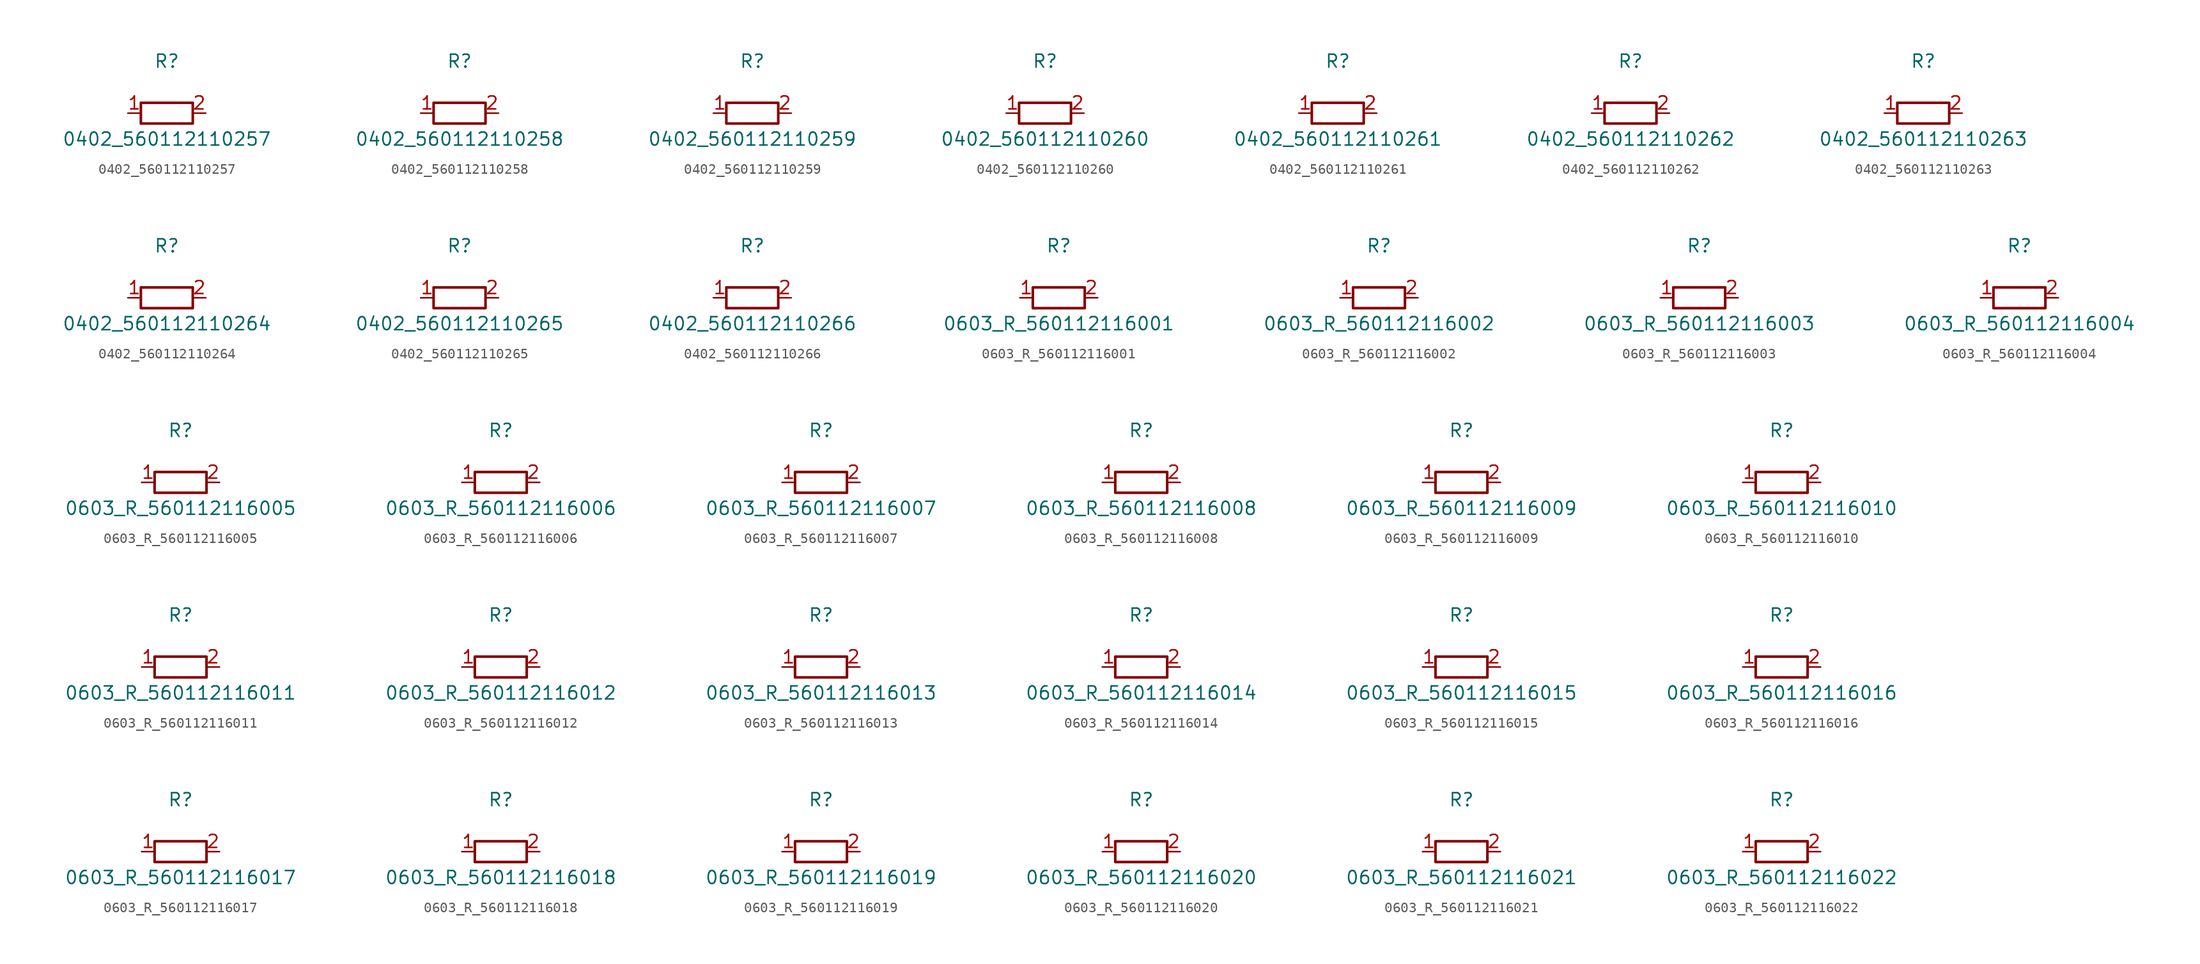
<source format=kicad_sym>
(kicad_symbol_lib
  (version 20220914)
  (generator kicad_symbol_editor)
  (symbol "0402_560112110257"
    (pin_names hide)
    (property "Reference" "R"
      (at 0 5.08 0)
      (effects (font (size 1.27 1.27))))
    (property "Value" "0402_560112110257"
      (at 0 -2.54 0)
      (effects (font (size 1.27 1.27))))
    (symbol "0402_560112110257_0_1"
      (rectangle (start -2.54 -1.016) (end 2.54 1.016) (stroke (width 0.254) (type default)) (fill (type none))))
    (symbol "0402_560112110257_1_1"
      (pin passive line (at -3.81 0 0) (length 1.27) (name "~" (effects (font (size 1.27 1.27)))) (number "1" (effects (font (size 1.27 1.27)))))
      (pin passive line (at 3.81 0 180) (length 1.27) (name "~" (effects (font (size 1.27 1.27)))) (number "2" (effects (font (size 1.27 1.27)))))))
  (symbol "0402_560112110258"
    (pin_names hide)
    (property "Reference" "R"
      (at 0 5.08 0)
      (effects (font (size 1.27 1.27))))
    (property "Value" "0402_560112110258"
      (at 0 -2.54 0)
      (effects (font (size 1.27 1.27))))
    (symbol "0402_560112110258_0_1"
      (rectangle (start -2.54 -1.016) (end 2.54 1.016) (stroke (width 0.254) (type default)) (fill (type none))))
    (symbol "0402_560112110258_1_1"
      (pin passive line (at -3.81 0 0) (length 1.27) (name "~" (effects (font (size 1.27 1.27)))) (number "1" (effects (font (size 1.27 1.27)))))
      (pin passive line (at 3.81 0 180) (length 1.27) (name "~" (effects (font (size 1.27 1.27)))) (number "2" (effects (font (size 1.27 1.27)))))))
  (symbol "0402_560112110259"
    (pin_names hide)
    (property "Reference" "R"
      (at 0 5.08 0)
      (effects (font (size 1.27 1.27))))
    (property "Value" "0402_560112110259"
      (at 0 -2.54 0)
      (effects (font (size 1.27 1.27))))
    (symbol "0402_560112110259_0_1"
      (rectangle (start -2.54 -1.016) (end 2.54 1.016) (stroke (width 0.254) (type default)) (fill (type none))))
    (symbol "0402_560112110259_1_1"
      (pin passive line (at -3.81 0 0) (length 1.27) (name "~" (effects (font (size 1.27 1.27)))) (number "1" (effects (font (size 1.27 1.27)))))
      (pin passive line (at 3.81 0 180) (length 1.27) (name "~" (effects (font (size 1.27 1.27)))) (number "2" (effects (font (size 1.27 1.27)))))))
  (symbol "0402_560112110260"
    (pin_names hide)
    (property "Reference" "R"
      (at 0 5.08 0)
      (effects (font (size 1.27 1.27))))
    (property "Value" "0402_560112110260"
      (at 0 -2.54 0)
      (effects (font (size 1.27 1.27))))
    (symbol "0402_560112110260_0_1"
      (rectangle (start -2.54 -1.016) (end 2.54 1.016) (stroke (width 0.254) (type default)) (fill (type none))))
    (symbol "0402_560112110260_1_1"
      (pin passive line (at -3.81 0 0) (length 1.27) (name "~" (effects (font (size 1.27 1.27)))) (number "1" (effects (font (size 1.27 1.27)))))
      (pin passive line (at 3.81 0 180) (length 1.27) (name "~" (effects (font (size 1.27 1.27)))) (number "2" (effects (font (size 1.27 1.27)))))))
  (symbol "0402_560112110261"
    (pin_names hide)
    (property "Reference" "R"
      (at 0 5.08 0)
      (effects (font (size 1.27 1.27))))
    (property "Value" "0402_560112110261"
      (at 0 -2.54 0)
      (effects (font (size 1.27 1.27))))
    (symbol "0402_560112110261_0_1"
      (rectangle (start -2.54 -1.016) (end 2.54 1.016) (stroke (width 0.254) (type default)) (fill (type none))))
    (symbol "0402_560112110261_1_1"
      (pin passive line (at -3.81 0 0) (length 1.27) (name "~" (effects (font (size 1.27 1.27)))) (number "1" (effects (font (size 1.27 1.27)))))
      (pin passive line (at 3.81 0 180) (length 1.27) (name "~" (effects (font (size 1.27 1.27)))) (number "2" (effects (font (size 1.27 1.27)))))))
  (symbol "0402_560112110262"
    (pin_names hide)
    (property "Reference" "R"
      (at 0 5.08 0)
      (effects (font (size 1.27 1.27))))
    (property "Value" "0402_560112110262"
      (at 0 -2.54 0)
      (effects (font (size 1.27 1.27))))
    (symbol "0402_560112110262_0_1"
      (rectangle (start -2.54 -1.016) (end 2.54 1.016) (stroke (width 0.254) (type default)) (fill (type none))))
    (symbol "0402_560112110262_1_1"
      (pin passive line (at -3.81 0 0) (length 1.27) (name "~" (effects (font (size 1.27 1.27)))) (number "1" (effects (font (size 1.27 1.27)))))
      (pin passive line (at 3.81 0 180) (length 1.27) (name "~" (effects (font (size 1.27 1.27)))) (number "2" (effects (font (size 1.27 1.27)))))))
  (symbol "0402_560112110263"
    (pin_names hide)
    (property "Reference" "R"
      (at 0 5.08 0)
      (effects (font (size 1.27 1.27))))
    (property "Value" "0402_560112110263"
      (at 0 -2.54 0)
      (effects (font (size 1.27 1.27))))
    (symbol "0402_560112110263_0_1"
      (rectangle (start -2.54 -1.016) (end 2.54 1.016) (stroke (width 0.254) (type default)) (fill (type none))))
    (symbol "0402_560112110263_1_1"
      (pin passive line (at -3.81 0 0) (length 1.27) (name "~" (effects (font (size 1.27 1.27)))) (number "1" (effects (font (size 1.27 1.27)))))
      (pin passive line (at 3.81 0 180) (length 1.27) (name "~" (effects (font (size 1.27 1.27)))) (number "2" (effects (font (size 1.27 1.27)))))))
  (symbol "0402_560112110264"
    (pin_names hide)
    (property "Reference" "R"
      (at 0 5.08 0)
      (effects (font (size 1.27 1.27))))
    (property "Value" "0402_560112110264"
      (at 0 -2.54 0)
      (effects (font (size 1.27 1.27))))
    (symbol "0402_560112110264_0_1"
      (rectangle (start -2.54 -1.016) (end 2.54 1.016) (stroke (width 0.254) (type default)) (fill (type none))))
    (symbol "0402_560112110264_1_1"
      (pin passive line (at -3.81 0 0) (length 1.27) (name "~" (effects (font (size 1.27 1.27)))) (number "1" (effects (font (size 1.27 1.27)))))
      (pin passive line (at 3.81 0 180) (length 1.27) (name "~" (effects (font (size 1.27 1.27)))) (number "2" (effects (font (size 1.27 1.27)))))))
  (symbol "0402_560112110265"
    (pin_names hide)
    (property "Reference" "R"
      (at 0 5.08 0)
      (effects (font (size 1.27 1.27))))
    (property "Value" "0402_560112110265"
      (at 0 -2.54 0)
      (effects (font (size 1.27 1.27))))
    (symbol "0402_560112110265_0_1"
      (rectangle (start -2.54 -1.016) (end 2.54 1.016) (stroke (width 0.254) (type default)) (fill (type none))))
    (symbol "0402_560112110265_1_1"
      (pin passive line (at -3.81 0 0) (length 1.27) (name "~" (effects (font (size 1.27 1.27)))) (number "1" (effects (font (size 1.27 1.27)))))
      (pin passive line (at 3.81 0 180) (length 1.27) (name "~" (effects (font (size 1.27 1.27)))) (number "2" (effects (font (size 1.27 1.27)))))))
  (symbol "0402_560112110266"
    (pin_names hide)
    (property "Reference" "R"
      (at 0 5.08 0)
      (effects (font (size 1.27 1.27))))
    (property "Value" "0402_560112110266"
      (at 0 -2.54 0)
      (effects (font (size 1.27 1.27))))
    (symbol "0402_560112110266_0_1"
      (rectangle (start -2.54 -1.016) (end 2.54 1.016) (stroke (width 0.254) (type default)) (fill (type none))))
    (symbol "0402_560112110266_1_1"
      (pin passive line (at -3.81 0 0) (length 1.27) (name "~" (effects (font (size 1.27 1.27)))) (number "1" (effects (font (size 1.27 1.27)))))
      (pin passive line (at 3.81 0 180) (length 1.27) (name "~" (effects (font (size 1.27 1.27)))) (number "2" (effects (font (size 1.27 1.27)))))))
  (symbol "0603_R_560112116001"
    (pin_names hide)
    (property "Reference" "R"
      (at 0 5.08 0)
      (effects (font (size 1.27 1.27))))
    (property "Value" "0603_R_560112116001"
      (at 0 -2.54 0)
      (effects (font (size 1.27 1.27))))
    (symbol "0603_R_560112116001_0_1"
      (rectangle (start -2.54 -1.016) (end 2.54 1.016) (stroke (width 0.254) (type default)) (fill (type none))))
    (symbol "0603_R_560112116001_1_1"
      (pin passive line (at -3.81 0 0) (length 1.27) (name "~" (effects (font (size 1.27 1.27)))) (number "1" (effects (font (size 1.27 1.27)))))
      (pin passive line (at 3.81 0 180) (length 1.27) (name "~" (effects (font (size 1.27 1.27)))) (number "2" (effects (font (size 1.27 1.27)))))))
  (symbol "0603_R_560112116002"
    (pin_names hide)
    (property "Reference" "R"
      (at 0 5.08 0)
      (effects (font (size 1.27 1.27))))
    (property "Value" "0603_R_560112116002"
      (at 0 -2.54 0)
      (effects (font (size 1.27 1.27))))
    (symbol "0603_R_560112116002_0_1"
      (rectangle (start -2.54 -1.016) (end 2.54 1.016) (stroke (width 0.254) (type default)) (fill (type none))))
    (symbol "0603_R_560112116002_1_1"
      (pin passive line (at -3.81 0 0) (length 1.27) (name "~" (effects (font (size 1.27 1.27)))) (number "1" (effects (font (size 1.27 1.27)))))
      (pin passive line (at 3.81 0 180) (length 1.27) (name "~" (effects (font (size 1.27 1.27)))) (number "2" (effects (font (size 1.27 1.27)))))))
  (symbol "0603_R_560112116003"
    (pin_names hide)
    (property "Reference" "R"
      (at 0 5.08 0)
      (effects (font (size 1.27 1.27))))
    (property "Value" "0603_R_560112116003"
      (at 0 -2.54 0)
      (effects (font (size 1.27 1.27))))
    (symbol "0603_R_560112116003_0_1"
      (rectangle (start -2.54 -1.016) (end 2.54 1.016) (stroke (width 0.254) (type default)) (fill (type none))))
    (symbol "0603_R_560112116003_1_1"
      (pin passive line (at -3.81 0 0) (length 1.27) (name "~" (effects (font (size 1.27 1.27)))) (number "1" (effects (font (size 1.27 1.27)))))
      (pin passive line (at 3.81 0 180) (length 1.27) (name "~" (effects (font (size 1.27 1.27)))) (number "2" (effects (font (size 1.27 1.27)))))))
  (symbol "0603_R_560112116004"
    (pin_names hide)
    (property "Reference" "R"
      (at 0 5.08 0)
      (effects (font (size 1.27 1.27))))
    (property "Value" "0603_R_560112116004"
      (at 0 -2.54 0)
      (effects (font (size 1.27 1.27))))
    (symbol "0603_R_560112116004_0_1"
      (rectangle (start -2.54 -1.016) (end 2.54 1.016) (stroke (width 0.254) (type default)) (fill (type none))))
    (symbol "0603_R_560112116004_1_1"
      (pin passive line (at -3.81 0 0) (length 1.27) (name "~" (effects (font (size 1.27 1.27)))) (number "1" (effects (font (size 1.27 1.27)))))
      (pin passive line (at 3.81 0 180) (length 1.27) (name "~" (effects (font (size 1.27 1.27)))) (number "2" (effects (font (size 1.27 1.27)))))))
  (symbol "0603_R_560112116005"
    (pin_names hide)
    (property "Reference" "R"
      (at 0 5.08 0)
      (effects (font (size 1.27 1.27))))
    (property "Value" "0603_R_560112116005"
      (at 0 -2.54 0)
      (effects (font (size 1.27 1.27))))
    (symbol "0603_R_560112116005_0_1"
      (rectangle (start -2.54 -1.016) (end 2.54 1.016) (stroke (width 0.254) (type default)) (fill (type none))))
    (symbol "0603_R_560112116005_1_1"
      (pin passive line (at -3.81 0 0) (length 1.27) (name "~" (effects (font (size 1.27 1.27)))) (number "1" (effects (font (size 1.27 1.27)))))
      (pin passive line (at 3.81 0 180) (length 1.27) (name "~" (effects (font (size 1.27 1.27)))) (number "2" (effects (font (size 1.27 1.27)))))))
  (symbol "0603_R_560112116006"
    (pin_names hide)
    (property "Reference" "R"
      (at 0 5.08 0)
      (effects (font (size 1.27 1.27))))
    (property "Value" "0603_R_560112116006"
      (at 0 -2.54 0)
      (effects (font (size 1.27 1.27))))
    (symbol "0603_R_560112116006_0_1"
      (rectangle (start -2.54 -1.016) (end 2.54 1.016) (stroke (width 0.254) (type default)) (fill (type none))))
    (symbol "0603_R_560112116006_1_1"
      (pin passive line (at -3.81 0 0) (length 1.27) (name "~" (effects (font (size 1.27 1.27)))) (number "1" (effects (font (size 1.27 1.27)))))
      (pin passive line (at 3.81 0 180) (length 1.27) (name "~" (effects (font (size 1.27 1.27)))) (number "2" (effects (font (size 1.27 1.27)))))))
  (symbol "0603_R_560112116007"
    (pin_names hide)
    (property "Reference" "R"
      (at 0 5.08 0)
      (effects (font (size 1.27 1.27))))
    (property "Value" "0603_R_560112116007"
      (at 0 -2.54 0)
      (effects (font (size 1.27 1.27))))
    (symbol "0603_R_560112116007_0_1"
      (rectangle (start -2.54 -1.016) (end 2.54 1.016) (stroke (width 0.254) (type default)) (fill (type none))))
    (symbol "0603_R_560112116007_1_1"
      (pin passive line (at -3.81 0 0) (length 1.27) (name "~" (effects (font (size 1.27 1.27)))) (number "1" (effects (font (size 1.27 1.27)))))
      (pin passive line (at 3.81 0 180) (length 1.27) (name "~" (effects (font (size 1.27 1.27)))) (number "2" (effects (font (size 1.27 1.27)))))))
  (symbol "0603_R_560112116008"
    (pin_names hide)
    (property "Reference" "R"
      (at 0 5.08 0)
      (effects (font (size 1.27 1.27))))
    (property "Value" "0603_R_560112116008"
      (at 0 -2.54 0)
      (effects (font (size 1.27 1.27))))
    (symbol "0603_R_560112116008_0_1"
      (rectangle (start -2.54 -1.016) (end 2.54 1.016) (stroke (width 0.254) (type default)) (fill (type none))))
    (symbol "0603_R_560112116008_1_1"
      (pin passive line (at -3.81 0 0) (length 1.27) (name "~" (effects (font (size 1.27 1.27)))) (number "1" (effects (font (size 1.27 1.27)))))
      (pin passive line (at 3.81 0 180) (length 1.27) (name "~" (effects (font (size 1.27 1.27)))) (number "2" (effects (font (size 1.27 1.27)))))))
  (symbol "0603_R_560112116009"
    (pin_names hide)
    (property "Reference" "R"
      (at 0 5.08 0)
      (effects (font (size 1.27 1.27))))
    (property "Value" "0603_R_560112116009"
      (at 0 -2.54 0)
      (effects (font (size 1.27 1.27))))
    (symbol "0603_R_560112116009_0_1"
      (rectangle (start -2.54 -1.016) (end 2.54 1.016) (stroke (width 0.254) (type default)) (fill (type none))))
    (symbol "0603_R_560112116009_1_1"
      (pin passive line (at -3.81 0 0) (length 1.27) (name "~" (effects (font (size 1.27 1.27)))) (number "1" (effects (font (size 1.27 1.27)))))
      (pin passive line (at 3.81 0 180) (length 1.27) (name "~" (effects (font (size 1.27 1.27)))) (number "2" (effects (font (size 1.27 1.27)))))))
  (symbol "0603_R_560112116010"
    (pin_names hide)
    (property "Reference" "R"
      (at 0 5.08 0)
      (effects (font (size 1.27 1.27))))
    (property "Value" "0603_R_560112116010"
      (at 0 -2.54 0)
      (effects (font (size 1.27 1.27))))
    (symbol "0603_R_560112116010_0_1"
      (rectangle (start -2.54 -1.016) (end 2.54 1.016) (stroke (width 0.254) (type default)) (fill (type none))))
    (symbol "0603_R_560112116010_1_1"
      (pin passive line (at -3.81 0 0) (length 1.27) (name "~" (effects (font (size 1.27 1.27)))) (number "1" (effects (font (size 1.27 1.27)))))
      (pin passive line (at 3.81 0 180) (length 1.27) (name "~" (effects (font (size 1.27 1.27)))) (number "2" (effects (font (size 1.27 1.27)))))))
  (symbol "0603_R_560112116011"
    (pin_names hide)
    (property "Reference" "R"
      (at 0 5.08 0)
      (effects (font (size 1.27 1.27))))
    (property "Value" "0603_R_560112116011"
      (at 0 -2.54 0)
      (effects (font (size 1.27 1.27))))
    (symbol "0603_R_560112116011_0_1"
      (rectangle (start -2.54 -1.016) (end 2.54 1.016) (stroke (width 0.254) (type default)) (fill (type none))))
    (symbol "0603_R_560112116011_1_1"
      (pin passive line (at -3.81 0 0) (length 1.27) (name "~" (effects (font (size 1.27 1.27)))) (number "1" (effects (font (size 1.27 1.27)))))
      (pin passive line (at 3.81 0 180) (length 1.27) (name "~" (effects (font (size 1.27 1.27)))) (number "2" (effects (font (size 1.27 1.27)))))))
  (symbol "0603_R_560112116012"
    (pin_names hide)
    (property "Reference" "R"
      (at 0 5.08 0)
      (effects (font (size 1.27 1.27))))
    (property "Value" "0603_R_560112116012"
      (at 0 -2.54 0)
      (effects (font (size 1.27 1.27))))
    (symbol "0603_R_560112116012_0_1"
      (rectangle (start -2.54 -1.016) (end 2.54 1.016) (stroke (width 0.254) (type default)) (fill (type none))))
    (symbol "0603_R_560112116012_1_1"
      (pin passive line (at -3.81 0 0) (length 1.27) (name "~" (effects (font (size 1.27 1.27)))) (number "1" (effects (font (size 1.27 1.27)))))
      (pin passive line (at 3.81 0 180) (length 1.27) (name "~" (effects (font (size 1.27 1.27)))) (number "2" (effects (font (size 1.27 1.27)))))))
  (symbol "0603_R_560112116013"
    (pin_names hide)
    (property "Reference" "R"
      (at 0 5.08 0)
      (effects (font (size 1.27 1.27))))
    (property "Value" "0603_R_560112116013"
      (at 0 -2.54 0)
      (effects (font (size 1.27 1.27))))
    (symbol "0603_R_560112116013_0_1"
      (rectangle (start -2.54 -1.016) (end 2.54 1.016) (stroke (width 0.254) (type default)) (fill (type none))))
    (symbol "0603_R_560112116013_1_1"
      (pin passive line (at -3.81 0 0) (length 1.27) (name "~" (effects (font (size 1.27 1.27)))) (number "1" (effects (font (size 1.27 1.27)))))
      (pin passive line (at 3.81 0 180) (length 1.27) (name "~" (effects (font (size 1.27 1.27)))) (number "2" (effects (font (size 1.27 1.27)))))))
  (symbol "0603_R_560112116014"
    (pin_names hide)
    (property "Reference" "R"
      (at 0 5.08 0)
      (effects (font (size 1.27 1.27))))
    (property "Value" "0603_R_560112116014"
      (at 0 -2.54 0)
      (effects (font (size 1.27 1.27))))
    (symbol "0603_R_560112116014_0_1"
      (rectangle (start -2.54 -1.016) (end 2.54 1.016) (stroke (width 0.254) (type default)) (fill (type none))))
    (symbol "0603_R_560112116014_1_1"
      (pin passive line (at -3.81 0 0) (length 1.27) (name "~" (effects (font (size 1.27 1.27)))) (number "1" (effects (font (size 1.27 1.27)))))
      (pin passive line (at 3.81 0 180) (length 1.27) (name "~" (effects (font (size 1.27 1.27)))) (number "2" (effects (font (size 1.27 1.27)))))))
  (symbol "0603_R_560112116015"
    (pin_names hide)
    (property "Reference" "R"
      (at 0 5.08 0)
      (effects (font (size 1.27 1.27))))
    (property "Value" "0603_R_560112116015"
      (at 0 -2.54 0)
      (effects (font (size 1.27 1.27))))
    (symbol "0603_R_560112116015_0_1"
      (rectangle (start -2.54 -1.016) (end 2.54 1.016) (stroke (width 0.254) (type default)) (fill (type none))))
    (symbol "0603_R_560112116015_1_1"
      (pin passive line (at -3.81 0 0) (length 1.27) (name "~" (effects (font (size 1.27 1.27)))) (number "1" (effects (font (size 1.27 1.27)))))
      (pin passive line (at 3.81 0 180) (length 1.27) (name "~" (effects (font (size 1.27 1.27)))) (number "2" (effects (font (size 1.27 1.27)))))))
  (symbol "0603_R_560112116016"
    (pin_names hide)
    (property "Reference" "R"
      (at 0 5.08 0)
      (effects (font (size 1.27 1.27))))
    (property "Value" "0603_R_560112116016"
      (at 0 -2.54 0)
      (effects (font (size 1.27 1.27))))
    (symbol "0603_R_560112116016_0_1"
      (rectangle (start -2.54 -1.016) (end 2.54 1.016) (stroke (width 0.254) (type default)) (fill (type none))))
    (symbol "0603_R_560112116016_1_1"
      (pin passive line (at -3.81 0 0) (length 1.27) (name "~" (effects (font (size 1.27 1.27)))) (number "1" (effects (font (size 1.27 1.27)))))
      (pin passive line (at 3.81 0 180) (length 1.27) (name "~" (effects (font (size 1.27 1.27)))) (number "2" (effects (font (size 1.27 1.27)))))))
  (symbol "0603_R_560112116017"
    (pin_names hide)
    (property "Reference" "R"
      (at 0 5.08 0)
      (effects (font (size 1.27 1.27))))
    (property "Value" "0603_R_560112116017"
      (at 0 -2.54 0)
      (effects (font (size 1.27 1.27))))
    (symbol "0603_R_560112116017_0_1"
      (rectangle (start -2.54 -1.016) (end 2.54 1.016) (stroke (width 0.254) (type default)) (fill (type none))))
    (symbol "0603_R_560112116017_1_1"
      (pin passive line (at -3.81 0 0) (length 1.27) (name "~" (effects (font (size 1.27 1.27)))) (number "1" (effects (font (size 1.27 1.27)))))
      (pin passive line (at 3.81 0 180) (length 1.27) (name "~" (effects (font (size 1.27 1.27)))) (number "2" (effects (font (size 1.27 1.27)))))))
  (symbol "0603_R_560112116018"
    (pin_names hide)
    (property "Reference" "R"
      (at 0 5.08 0)
      (effects (font (size 1.27 1.27))))
    (property "Value" "0603_R_560112116018"
      (at 0 -2.54 0)
      (effects (font (size 1.27 1.27))))
    (symbol "0603_R_560112116018_0_1"
      (rectangle (start -2.54 -1.016) (end 2.54 1.016) (stroke (width 0.254) (type default)) (fill (type none))))
    (symbol "0603_R_560112116018_1_1"
      (pin passive line (at -3.81 0 0) (length 1.27) (name "~" (effects (font (size 1.27 1.27)))) (number "1" (effects (font (size 1.27 1.27)))))
      (pin passive line (at 3.81 0 180) (length 1.27) (name "~" (effects (font (size 1.27 1.27)))) (number "2" (effects (font (size 1.27 1.27)))))))
  (symbol "0603_R_560112116019"
    (pin_names hide)
    (property "Reference" "R"
      (at 0 5.08 0)
      (effects (font (size 1.27 1.27))))
    (property "Value" "0603_R_560112116019"
      (at 0 -2.54 0)
      (effects (font (size 1.27 1.27))))
    (symbol "0603_R_560112116019_0_1"
      (rectangle (start -2.54 -1.016) (end 2.54 1.016) (stroke (width 0.254) (type default)) (fill (type none))))
    (symbol "0603_R_560112116019_1_1"
      (pin passive line (at -3.81 0 0) (length 1.27) (name "~" (effects (font (size 1.27 1.27)))) (number "1" (effects (font (size 1.27 1.27)))))
      (pin passive line (at 3.81 0 180) (length 1.27) (name "~" (effects (font (size 1.27 1.27)))) (number "2" (effects (font (size 1.27 1.27)))))))
  (symbol "0603_R_560112116020"
    (pin_names hide)
    (property "Reference" "R"
      (at 0 5.08 0)
      (effects (font (size 1.27 1.27))))
    (property "Value" "0603_R_560112116020"
      (at 0 -2.54 0)
      (effects (font (size 1.27 1.27))))
    (symbol "0603_R_560112116020_0_1"
      (rectangle (start -2.54 -1.016) (end 2.54 1.016) (stroke (width 0.254) (type default)) (fill (type none))))
    (symbol "0603_R_560112116020_1_1"
      (pin passive line (at -3.81 0 0) (length 1.27) (name "~" (effects (font (size 1.27 1.27)))) (number "1" (effects (font (size 1.27 1.27)))))
      (pin passive line (at 3.81 0 180) (length 1.27) (name "~" (effects (font (size 1.27 1.27)))) (number "2" (effects (font (size 1.27 1.27)))))))
  (symbol "0603_R_560112116021"
    (pin_names hide)
    (property "Reference" "R"
      (at 0 5.08 0)
      (effects (font (size 1.27 1.27))))
    (property "Value" "0603_R_560112116021"
      (at 0 -2.54 0)
      (effects (font (size 1.27 1.27))))
    (symbol "0603_R_560112116021_0_1"
      (rectangle (start -2.54 -1.016) (end 2.54 1.016) (stroke (width 0.254) (type default)) (fill (type none))))
    (symbol "0603_R_560112116021_1_1"
      (pin passive line (at -3.81 0 0) (length 1.27) (name "~" (effects (font (size 1.27 1.27)))) (number "1" (effects (font (size 1.27 1.27)))))
      (pin passive line (at 3.81 0 180) (length 1.27) (name "~" (effects (font (size 1.27 1.27)))) (number "2" (effects (font (size 1.27 1.27)))))))
  (symbol "0603_R_560112116022"
    (pin_names hide)
    (property "Reference" "R"
      (at 0 5.08 0)
      (effects (font (size 1.27 1.27))))
    (property "Value" "0603_R_560112116022"
      (at 0 -2.54 0)
      (effects (font (size 1.27 1.27))))
    (symbol "0603_R_560112116022_0_1"
      (rectangle (start -2.54 -1.016) (end 2.54 1.016) (stroke (width 0.254) (type default)) (fill (type none))))
    (symbol "0603_R_560112116022_1_1"
      (pin passive line (at -3.81 0 0) (length 1.27) (name "~" (effects (font (size 1.27 1.27)))) (number "1" (effects (font (size 1.27 1.27)))))
      (pin passive line (at 3.81 0 180) (length 1.27) (name "~" (effects (font (size 1.27 1.27)))) (number "2" (effects (font (size 1.27 1.27))))))))
</source>
